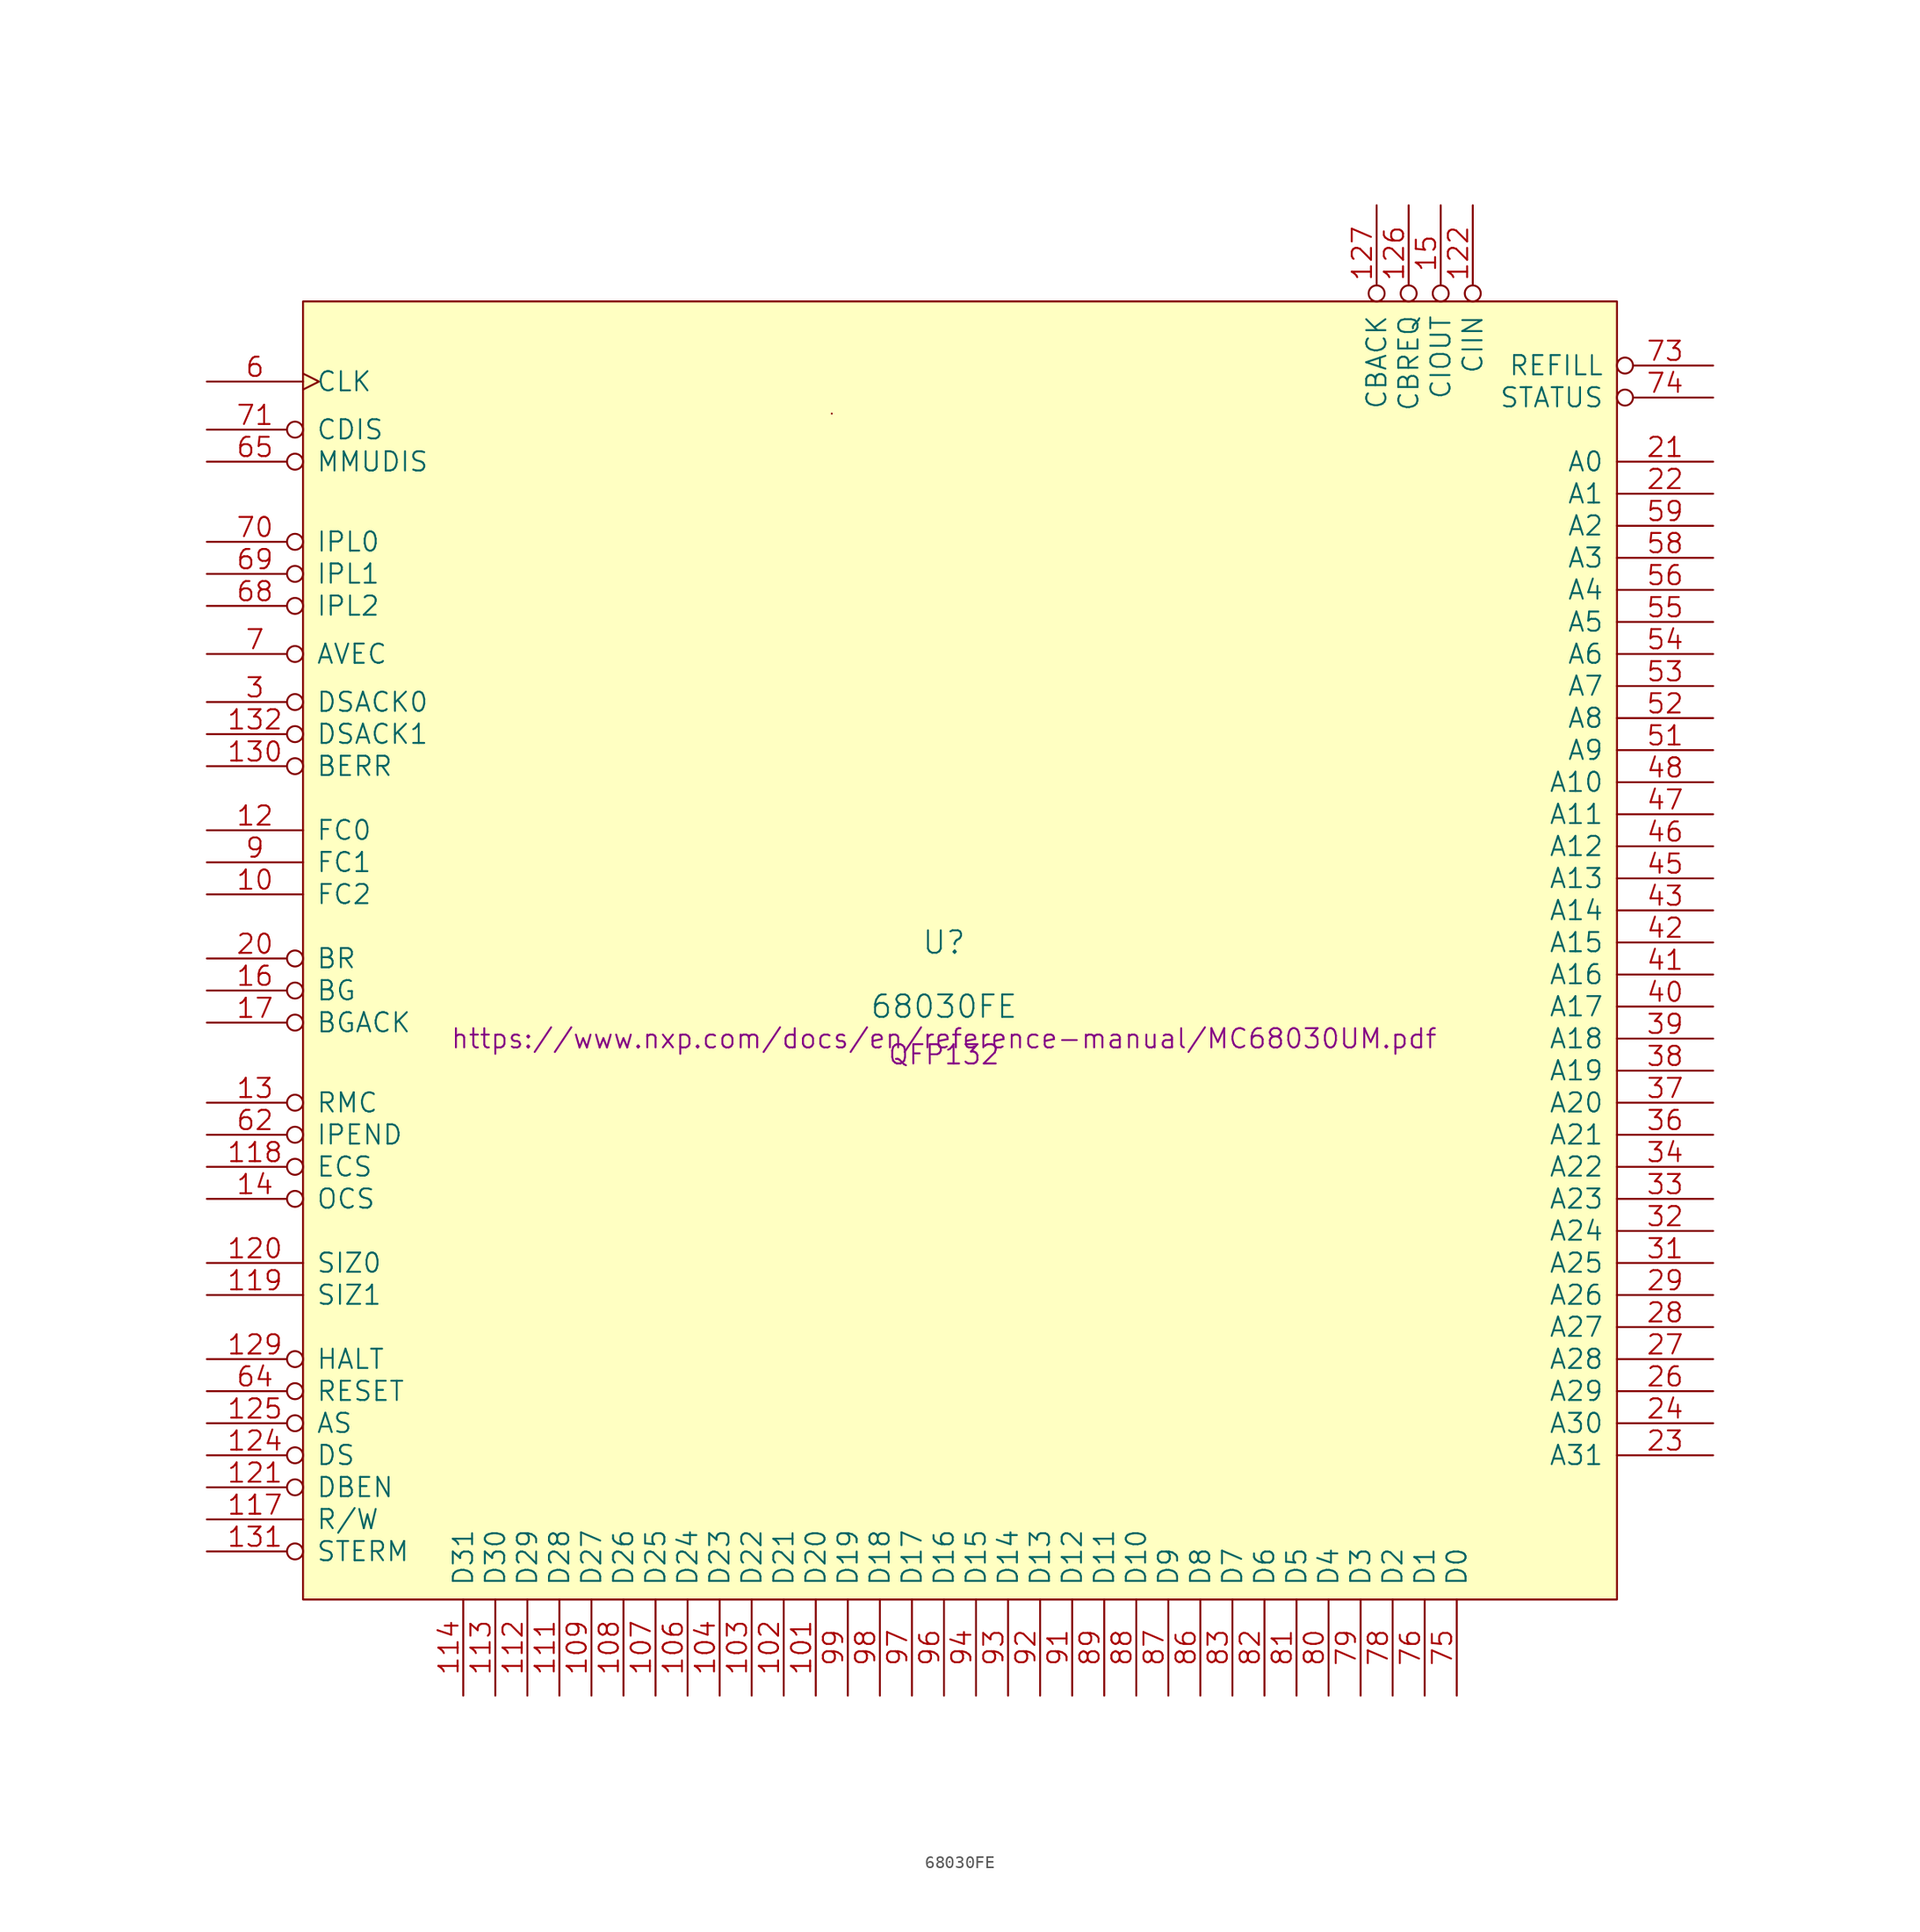
<source format=kicad_sym>
(kicad_symbol_lib
  (version 20231120)
  (generator "kicad_symbol_editor")
  (generator_version "8.0")
  (symbol "68030FE"
    (pin_names
      (offset 1.016))
    (property "Reference" "U"
      (at 0 7.62 0)
      (effects (font (size 1.778 1.778))))
    (property "Value" "68030FE"
      (at 0 2.54 0)
      (effects (font (size 1.778 1.778))))
    (property "Footprint" "QFP132"
      (at 0 -1.27 0)
      (effects (font (size 1.524 1.524))))
    (property "Datasheet" "https://www.nxp.com/docs/en/reference-manual/MC68030UM.pdf"
      (at 0 0 0)
      (effects (font (size 1.524 1.524))))
    (symbol "68030FE_0_1"
      (rectangle (start -50.8 -44.45) (end 53.34 58.42) (stroke (width 0) (type solid)) (fill (type background)))
      (rectangle (start -8.89 49.53) (end -8.89 49.53) (stroke (width 0) (type solid)) (fill (type none))))
    (symbol "68030FE_1_1"
      (pin power_in line (at -13.97 58.42 270) (length 0) hide (name "GND" (effects (font (size 1.524 1.524)))) (number "1" (effects (font (size 1.524 1.524)))))
      (pin tri_state line (at -58.42 11.43 0) (length 7.62) (name "FC2" (effects (font (size 1.524 1.524)))) (number "10" (effects (font (size 1.524 1.524)))))
      (pin power_in line (at 24.13 58.42 270) (length 0) hide (name "GND" (effects (font (size 1.524 1.524)))) (number "100" (effects (font (size 1.524 1.524)))))
      (pin tri_state line (at -10.16 -52.07 90) (length 7.62) (name "D20" (effects (font (size 1.524 1.524)))) (number "101" (effects (font (size 1.524 1.524)))))
      (pin tri_state line (at -12.7 -52.07 90) (length 7.62) (name "D21" (effects (font (size 1.524 1.524)))) (number "102" (effects (font (size 1.524 1.524)))))
      (pin tri_state line (at -15.24 -52.07 90) (length 7.62) (name "D22" (effects (font (size 1.524 1.524)))) (number "103" (effects (font (size 1.524 1.524)))))
      (pin tri_state line (at -17.78 -52.07 90) (length 7.62) (name "D23" (effects (font (size 1.524 1.524)))) (number "104" (effects (font (size 1.524 1.524)))))
      (pin power_in line (at -25.4 58.42 270) (length 0) hide (name "VCC" (effects (font (size 1.524 1.524)))) (number "105" (effects (font (size 1.524 1.524)))))
      (pin tri_state line (at -20.32 -52.07 90) (length 7.62) (name "D24" (effects (font (size 1.524 1.524)))) (number "106" (effects (font (size 1.524 1.524)))))
      (pin tri_state line (at -22.86 -52.07 90) (length 7.62) (name "D25" (effects (font (size 1.524 1.524)))) (number "107" (effects (font (size 1.524 1.524)))))
      (pin tri_state line (at -25.4 -52.07 90) (length 7.62) (name "D26" (effects (font (size 1.524 1.524)))) (number "108" (effects (font (size 1.524 1.524)))))
      (pin tri_state line (at -27.94 -52.07 90) (length 7.62) (name "D27" (effects (font (size 1.524 1.524)))) (number "109" (effects (font (size 1.524 1.524)))))
      (pin power_in line (at -6.35 58.42 270) (length 0) hide (name "GND" (effects (font (size 1.524 1.524)))) (number "11" (effects (font (size 1.524 1.524)))))
      (pin power_in line (at 26.67 58.42 270) (length 0) hide (name "GND" (effects (font (size 1.524 1.524)))) (number "110" (effects (font (size 1.524 1.524)))))
      (pin tri_state line (at -30.48 -52.07 90) (length 7.62) (name "D28" (effects (font (size 1.524 1.524)))) (number "111" (effects (font (size 1.524 1.524)))))
      (pin tri_state line (at -33.02 -52.07 90) (length 7.62) (name "D29" (effects (font (size 1.524 1.524)))) (number "112" (effects (font (size 1.524 1.524)))))
      (pin tri_state line (at -35.56 -52.07 90) (length 7.62) (name "D30" (effects (font (size 1.524 1.524)))) (number "113" (effects (font (size 1.524 1.524)))))
      (pin tri_state line (at -38.1 -52.07 90) (length 7.62) (name "D31" (effects (font (size 1.524 1.524)))) (number "114" (effects (font (size 1.524 1.524)))))
      (pin power_in line (at -22.86 58.42 270) (length 0) hide (name "VCC" (effects (font (size 1.524 1.524)))) (number "115" (effects (font (size 1.524 1.524)))))
      (pin power_in line (at -20.32 58.42 270) (length 0) hide (name "VCC" (effects (font (size 1.524 1.524)))) (number "116" (effects (font (size 1.524 1.524)))))
      (pin tri_state line (at -58.42 -38.1 0) (length 7.62) (name "R/W" (effects (font (size 1.524 1.524)))) (number "117" (effects (font (size 1.524 1.524)))))
      (pin output inverted (at -58.42 -10.16 0) (length 7.62) (name "ECS" (effects (font (size 1.524 1.524)))) (number "118" (effects (font (size 1.524 1.524)))))
      (pin tri_state line (at -58.42 -20.32 0) (length 7.62) (name "SIZ1" (effects (font (size 1.524 1.524)))) (number "119" (effects (font (size 1.524 1.524)))))
      (pin tri_state line (at -58.42 16.51 0) (length 7.62) (name "FC0" (effects (font (size 1.524 1.524)))) (number "12" (effects (font (size 1.524 1.524)))))
      (pin tri_state line (at -58.42 -17.78 0) (length 7.62) (name "SIZ0" (effects (font (size 1.524 1.524)))) (number "120" (effects (font (size 1.524 1.524)))))
      (pin tri_state inverted (at -58.42 -35.56 0) (length 7.62) (name "DBEN" (effects (font (size 1.524 1.524)))) (number "121" (effects (font (size 1.524 1.524)))))
      (pin input inverted (at 41.91 66.04 270) (length 7.62) (name "CIIN" (effects (font (size 1.524 1.524)))) (number "122" (effects (font (size 1.524 1.524)))))
      (pin power_in line (at 29.21 58.42 270) (length 0) hide (name "GND" (effects (font (size 1.524 1.524)))) (number "123" (effects (font (size 1.524 1.524)))))
      (pin tri_state inverted (at -58.42 -33.02 0) (length 7.62) (name "DS" (effects (font (size 1.524 1.524)))) (number "124" (effects (font (size 1.524 1.524)))))
      (pin tri_state inverted (at -58.42 -30.48 0) (length 7.62) (name "AS" (effects (font (size 1.524 1.524)))) (number "125" (effects (font (size 1.524 1.524)))))
      (pin output inverted (at 36.83 66.04 270) (length 7.62) (name "CBREQ" (effects (font (size 1.524 1.524)))) (number "126" (effects (font (size 1.524 1.524)))))
      (pin input inverted (at 34.29 66.04 270) (length 7.62) (name "CBACK" (effects (font (size 1.524 1.524)))) (number "127" (effects (font (size 1.524 1.524)))))
      (pin power_in line (at -17.78 58.42 270) (length 0) hide (name "VCC" (effects (font (size 1.524 1.524)))) (number "128" (effects (font (size 1.524 1.524)))))
      (pin bidirectional inverted (at -58.42 -25.4 0) (length 7.62) (name "HALT" (effects (font (size 1.524 1.524)))) (number "129" (effects (font (size 1.524 1.524)))))
      (pin output inverted (at -58.42 -5.08 0) (length 7.62) (name "RMC" (effects (font (size 1.524 1.524)))) (number "13" (effects (font (size 1.524 1.524)))))
      (pin input inverted (at -58.42 21.59 0) (length 7.62) (name "BERR" (effects (font (size 1.524 1.524)))) (number "130" (effects (font (size 1.524 1.524)))))
      (pin input inverted (at -58.42 -40.64 0) (length 7.62) (name "STERM" (effects (font (size 1.524 1.524)))) (number "131" (effects (font (size 1.524 1.524)))))
      (pin input inverted (at -58.42 24.13 0) (length 7.62) (name "DSACK1" (effects (font (size 1.524 1.524)))) (number "132" (effects (font (size 1.524 1.524)))))
      (pin tri_state inverted (at -58.42 -12.7 0) (length 7.62) (name "OCS" (effects (font (size 1.524 1.524)))) (number "14" (effects (font (size 1.524 1.524)))))
      (pin output inverted (at 39.37 66.04 270) (length 7.62) (name "CIOUT" (effects (font (size 1.524 1.524)))) (number "15" (effects (font (size 1.524 1.524)))))
      (pin output inverted (at -58.42 3.81 0) (length 7.62) (name "BG" (effects (font (size 1.524 1.524)))) (number "16" (effects (font (size 1.524 1.524)))))
      (pin input inverted (at -58.42 1.27 0) (length 7.62) (name "BGACK" (effects (font (size 1.524 1.524)))) (number "17" (effects (font (size 1.524 1.524)))))
      (pin power_in line (at -40.64 58.42 270) (length 0) hide (name "VCC" (effects (font (size 1.524 1.524)))) (number "18" (effects (font (size 1.524 1.524)))))
      (pin power_in line (at -3.81 58.42 270) (length 0) hide (name "GND" (effects (font (size 1.524 1.524)))) (number "19" (effects (font (size 1.524 1.524)))))
      (pin power_in line (at -11.43 58.42 270) (length 0) hide (name "GND" (effects (font (size 1.524 1.524)))) (number "2" (effects (font (size 1.524 1.524)))))
      (pin input inverted (at -58.42 6.35 0) (length 7.62) (name "BR" (effects (font (size 1.524 1.524)))) (number "20" (effects (font (size 1.524 1.524)))))
      (pin tri_state line (at 60.96 45.72 180) (length 7.62) (name "A0" (effects (font (size 1.524 1.524)))) (number "21" (effects (font (size 1.524 1.524)))))
      (pin tri_state line (at 60.96 43.18 180) (length 7.62) (name "A1" (effects (font (size 1.524 1.524)))) (number "22" (effects (font (size 1.524 1.524)))))
      (pin tri_state line (at 60.96 -33.02 180) (length 7.62) (name "A31" (effects (font (size 1.524 1.524)))) (number "23" (effects (font (size 1.524 1.524)))))
      (pin tri_state line (at 60.96 -30.48 180) (length 7.62) (name "A30" (effects (font (size 1.524 1.524)))) (number "24" (effects (font (size 1.524 1.524)))))
      (pin power_in line (at -1.27 58.42 270) (length 0) hide (name "GND" (effects (font (size 1.524 1.524)))) (number "25" (effects (font (size 1.524 1.524)))))
      (pin tri_state line (at 60.96 -27.94 180) (length 7.62) (name "A29" (effects (font (size 1.524 1.524)))) (number "26" (effects (font (size 1.524 1.524)))))
      (pin tri_state line (at 60.96 -25.4 180) (length 7.62) (name "A28" (effects (font (size 1.524 1.524)))) (number "27" (effects (font (size 1.524 1.524)))))
      (pin tri_state line (at 60.96 -22.86 180) (length 7.62) (name "A27" (effects (font (size 1.524 1.524)))) (number "28" (effects (font (size 1.524 1.524)))))
      (pin tri_state line (at 60.96 -20.32 180) (length 7.62) (name "A26" (effects (font (size 1.524 1.524)))) (number "29" (effects (font (size 1.524 1.524)))))
      (pin input inverted (at -58.42 26.67 0) (length 7.62) (name "DSACK0" (effects (font (size 1.524 1.524)))) (number "3" (effects (font (size 1.524 1.524)))))
      (pin power_in line (at -38.1 58.42 270) (length 0) hide (name "VCC" (effects (font (size 1.524 1.524)))) (number "30" (effects (font (size 1.524 1.524)))))
      (pin tri_state line (at 60.96 -17.78 180) (length 7.62) (name "A25" (effects (font (size 1.524 1.524)))) (number "31" (effects (font (size 1.524 1.524)))))
      (pin tri_state line (at 60.96 -15.24 180) (length 7.62) (name "A24" (effects (font (size 1.524 1.524)))) (number "32" (effects (font (size 1.524 1.524)))))
      (pin tri_state line (at 60.96 -12.7 180) (length 7.62) (name "A23" (effects (font (size 1.524 1.524)))) (number "33" (effects (font (size 1.524 1.524)))))
      (pin tri_state line (at 60.96 -10.16 180) (length 7.62) (name "A22" (effects (font (size 1.524 1.524)))) (number "34" (effects (font (size 1.524 1.524)))))
      (pin power_in line (at 1.27 58.42 270) (length 0) hide (name "GND" (effects (font (size 1.524 1.524)))) (number "35" (effects (font (size 1.524 1.524)))))
      (pin tri_state line (at 60.96 -7.62 180) (length 7.62) (name "A21" (effects (font (size 1.524 1.524)))) (number "36" (effects (font (size 1.524 1.524)))))
      (pin tri_state line (at 60.96 -5.08 180) (length 7.62) (name "A20" (effects (font (size 1.524 1.524)))) (number "37" (effects (font (size 1.524 1.524)))))
      (pin tri_state line (at 60.96 -2.54 180) (length 7.62) (name "A19" (effects (font (size 1.524 1.524)))) (number "38" (effects (font (size 1.524 1.524)))))
      (pin tri_state line (at 60.96 0 180) (length 7.62) (name "A18" (effects (font (size 1.524 1.524)))) (number "39" (effects (font (size 1.524 1.524)))))
      (pin power_in line (at -45.72 58.42 270) (length 0) hide (name "VCC" (effects (font (size 1.524 1.524)))) (number "4" (effects (font (size 1.524 1.524)))))
      (pin tri_state line (at 60.96 2.54 180) (length 7.62) (name "A17" (effects (font (size 1.524 1.524)))) (number "40" (effects (font (size 1.524 1.524)))))
      (pin tri_state line (at 60.96 5.08 180) (length 7.62) (name "A16" (effects (font (size 1.524 1.524)))) (number "41" (effects (font (size 1.524 1.524)))))
      (pin tri_state line (at 60.96 7.62 180) (length 7.62) (name "A15" (effects (font (size 1.524 1.524)))) (number "42" (effects (font (size 1.524 1.524)))))
      (pin tri_state line (at 60.96 10.16 180) (length 7.62) (name "A14" (effects (font (size 1.524 1.524)))) (number "43" (effects (font (size 1.524 1.524)))))
      (pin power_in line (at 3.81 58.42 270) (length 0) hide (name "GND" (effects (font (size 1.524 1.524)))) (number "44" (effects (font (size 1.524 1.524)))))
      (pin tri_state line (at 60.96 12.7 180) (length 7.62) (name "A13" (effects (font (size 1.524 1.524)))) (number "45" (effects (font (size 1.524 1.524)))))
      (pin tri_state line (at 60.96 15.24 180) (length 7.62) (name "A12" (effects (font (size 1.524 1.524)))) (number "46" (effects (font (size 1.524 1.524)))))
      (pin tri_state line (at 60.96 17.78 180) (length 7.62) (name "A11" (effects (font (size 1.524 1.524)))) (number "47" (effects (font (size 1.524 1.524)))))
      (pin tri_state line (at 60.96 20.32 180) (length 7.62) (name "A10" (effects (font (size 1.524 1.524)))) (number "48" (effects (font (size 1.524 1.524)))))
      (pin power_in line (at -35.56 58.42 270) (length 0) hide (name "VCC" (effects (font (size 1.524 1.524)))) (number "49" (effects (font (size 1.524 1.524)))))
      (pin power_in line (at -8.89 58.42 270) (length 0) hide (name "GND" (effects (font (size 1.524 1.524)))) (number "5" (effects (font (size 1.524 1.524)))))
      (pin no_connect line (at 53.34 -36.83 180) (length 0) hide (name "NC" (effects (font (size 1.524 1.524)))) (number "50" (effects (font (size 1.524 1.524)))))
      (pin tri_state line (at 60.96 22.86 180) (length 7.62) (name "A9" (effects (font (size 1.524 1.524)))) (number "51" (effects (font (size 1.524 1.524)))))
      (pin tri_state line (at 60.96 25.4 180) (length 7.62) (name "A8" (effects (font (size 1.524 1.524)))) (number "52" (effects (font (size 1.524 1.524)))))
      (pin tri_state line (at 60.96 27.94 180) (length 7.62) (name "A7" (effects (font (size 1.524 1.524)))) (number "53" (effects (font (size 1.524 1.524)))))
      (pin tri_state line (at 60.96 30.48 180) (length 7.62) (name "A6" (effects (font (size 1.524 1.524)))) (number "54" (effects (font (size 1.524 1.524)))))
      (pin tri_state line (at 60.96 33.02 180) (length 7.62) (name "A5" (effects (font (size 1.524 1.524)))) (number "55" (effects (font (size 1.524 1.524)))))
      (pin tri_state line (at 60.96 35.56 180) (length 7.62) (name "A4" (effects (font (size 1.524 1.524)))) (number "56" (effects (font (size 1.524 1.524)))))
      (pin power_in line (at 6.35 58.42 270) (length 0) hide (name "GND" (effects (font (size 1.524 1.524)))) (number "57" (effects (font (size 1.524 1.524)))))
      (pin tri_state line (at 60.96 38.1 180) (length 7.62) (name "A3" (effects (font (size 1.524 1.524)))) (number "58" (effects (font (size 1.524 1.524)))))
      (pin tri_state line (at 60.96 40.64 180) (length 7.62) (name "A2" (effects (font (size 1.524 1.524)))) (number "59" (effects (font (size 1.524 1.524)))))
      (pin input clock (at -58.42 52.07 0) (length 7.62) (name "CLK" (effects (font (size 1.524 1.524)))) (number "6" (effects (font (size 1.524 1.524)))))
      (pin power_in line (at 8.89 58.42 270) (length 0) hide (name "GND" (effects (font (size 1.524 1.524)))) (number "60" (effects (font (size 1.524 1.524)))))
      (pin no_connect line (at 53.34 -39.37 180) (length 0) hide (name "NC" (effects (font (size 1.524 1.524)))) (number "61" (effects (font (size 1.524 1.524)))))
      (pin output inverted (at -58.42 -7.62 0) (length 7.62) (name "IPEND" (effects (font (size 1.524 1.524)))) (number "62" (effects (font (size 1.524 1.524)))))
      (pin power_in line (at -33.02 58.42 270) (length 0) hide (name "VCC" (effects (font (size 1.524 1.524)))) (number "63" (effects (font (size 1.524 1.524)))))
      (pin bidirectional inverted (at -58.42 -27.94 0) (length 7.62) (name "RESET" (effects (font (size 1.524 1.524)))) (number "64" (effects (font (size 1.524 1.524)))))
      (pin input inverted (at -58.42 45.72 0) (length 7.62) (name "MMUDIS" (effects (font (size 1.524 1.524)))) (number "65" (effects (font (size 1.524 1.524)))))
      (pin power_in line (at 11.43 58.42 270) (length 0) hide (name "GND" (effects (font (size 1.524 1.524)))) (number "66" (effects (font (size 1.524 1.524)))))
      (pin power_in line (at 13.97 58.42 270) (length 0) hide (name "GND" (effects (font (size 1.524 1.524)))) (number "67" (effects (font (size 1.524 1.524)))))
      (pin input inverted (at -58.42 34.29 0) (length 7.62) (name "IPL2" (effects (font (size 1.524 1.524)))) (number "68" (effects (font (size 1.524 1.524)))))
      (pin input inverted (at -58.42 36.83 0) (length 7.62) (name "IPL1" (effects (font (size 1.524 1.524)))) (number "69" (effects (font (size 1.524 1.524)))))
      (pin input inverted (at -58.42 30.48 0) (length 7.62) (name "AVEC" (effects (font (size 1.524 1.524)))) (number "7" (effects (font (size 1.524 1.524)))))
      (pin input inverted (at -58.42 39.37 0) (length 7.62) (name "IPL0" (effects (font (size 1.524 1.524)))) (number "70" (effects (font (size 1.524 1.524)))))
      (pin input inverted (at -58.42 48.26 0) (length 7.62) (name "CDIS" (effects (font (size 1.524 1.524)))) (number "71" (effects (font (size 1.524 1.524)))))
      (pin power_in line (at -30.48 58.42 270) (length 0) hide (name "VCC" (effects (font (size 1.524 1.524)))) (number "72" (effects (font (size 1.524 1.524)))))
      (pin output inverted (at 60.96 53.34 180) (length 7.62) (name "REFILL" (effects (font (size 1.524 1.524)))) (number "73" (effects (font (size 1.524 1.524)))))
      (pin output inverted (at 60.96 50.8 180) (length 7.62) (name "STATUS" (effects (font (size 1.524 1.524)))) (number "74" (effects (font (size 1.524 1.524)))))
      (pin tri_state line (at 40.64 -52.07 90) (length 7.62) (name "D0" (effects (font (size 1.524 1.524)))) (number "75" (effects (font (size 1.524 1.524)))))
      (pin tri_state line (at 38.1 -52.07 90) (length 7.62) (name "D1" (effects (font (size 1.524 1.524)))) (number "76" (effects (font (size 1.524 1.524)))))
      (pin power_in line (at 16.51 58.42 270) (length 0) hide (name "GND" (effects (font (size 1.524 1.524)))) (number "77" (effects (font (size 1.524 1.524)))))
      (pin tri_state line (at 35.56 -52.07 90) (length 7.62) (name "D2" (effects (font (size 1.524 1.524)))) (number "78" (effects (font (size 1.524 1.524)))))
      (pin tri_state line (at 33.02 -52.07 90) (length 7.62) (name "D3" (effects (font (size 1.524 1.524)))) (number "79" (effects (font (size 1.524 1.524)))))
      (pin power_in line (at -43.18 58.42 270) (length 0) hide (name "VCC" (effects (font (size 1.524 1.524)))) (number "8" (effects (font (size 1.524 1.524)))))
      (pin tri_state line (at 30.48 -52.07 90) (length 7.62) (name "D4" (effects (font (size 1.524 1.524)))) (number "80" (effects (font (size 1.524 1.524)))))
      (pin tri_state line (at 27.94 -52.07 90) (length 7.62) (name "D5" (effects (font (size 1.524 1.524)))) (number "81" (effects (font (size 1.524 1.524)))))
      (pin tri_state line (at 25.4 -52.07 90) (length 7.62) (name "D6" (effects (font (size 1.524 1.524)))) (number "82" (effects (font (size 1.524 1.524)))))
      (pin tri_state line (at 22.86 -52.07 90) (length 7.62) (name "D7" (effects (font (size 1.524 1.524)))) (number "83" (effects (font (size 1.524 1.524)))))
      (pin no_connect line (at 53.34 -41.91 180) (length 0) hide (name "NC" (effects (font (size 1.524 1.524)))) (number "84" (effects (font (size 1.524 1.524)))))
      (pin power_in line (at -27.94 58.42 270) (length 0) hide (name "VCC" (effects (font (size 1.524 1.524)))) (number "85" (effects (font (size 1.524 1.524)))))
      (pin tri_state line (at 20.32 -52.07 90) (length 7.62) (name "D8" (effects (font (size 1.524 1.524)))) (number "86" (effects (font (size 1.524 1.524)))))
      (pin tri_state line (at 17.78 -52.07 90) (length 7.62) (name "D9" (effects (font (size 1.524 1.524)))) (number "87" (effects (font (size 1.524 1.524)))))
      (pin tri_state line (at 15.24 -52.07 90) (length 7.62) (name "D10" (effects (font (size 1.524 1.524)))) (number "88" (effects (font (size 1.524 1.524)))))
      (pin tri_state line (at 12.7 -52.07 90) (length 7.62) (name "D11" (effects (font (size 1.524 1.524)))) (number "89" (effects (font (size 1.524 1.524)))))
      (pin tri_state line (at -58.42 13.97 0) (length 7.62) (name "FC1" (effects (font (size 1.524 1.524)))) (number "9" (effects (font (size 1.524 1.524)))))
      (pin power_in line (at 19.05 58.42 270) (length 0) hide (name "GND" (effects (font (size 1.524 1.524)))) (number "90" (effects (font (size 1.524 1.524)))))
      (pin tri_state line (at 10.16 -52.07 90) (length 7.62) (name "D12" (effects (font (size 1.524 1.524)))) (number "91" (effects (font (size 1.524 1.524)))))
      (pin tri_state line (at 7.62 -52.07 90) (length 7.62) (name "D13" (effects (font (size 1.524 1.524)))) (number "92" (effects (font (size 1.524 1.524)))))
      (pin tri_state line (at 5.08 -52.07 90) (length 7.62) (name "D14" (effects (font (size 1.524 1.524)))) (number "93" (effects (font (size 1.524 1.524)))))
      (pin tri_state line (at 2.54 -52.07 90) (length 7.62) (name "D15" (effects (font (size 1.524 1.524)))) (number "94" (effects (font (size 1.524 1.524)))))
      (pin power_in line (at 21.59 58.42 270) (length 0) hide (name "GND" (effects (font (size 1.524 1.524)))) (number "95" (effects (font (size 1.524 1.524)))))
      (pin tri_state line (at 0 -52.07 90) (length 7.62) (name "D16" (effects (font (size 1.524 1.524)))) (number "96" (effects (font (size 1.524 1.524)))))
      (pin tri_state line (at -2.54 -52.07 90) (length 7.62) (name "D17" (effects (font (size 1.524 1.524)))) (number "97" (effects (font (size 1.524 1.524)))))
      (pin tri_state line (at -5.08 -52.07 90) (length 7.62) (name "D18" (effects (font (size 1.524 1.524)))) (number "98" (effects (font (size 1.524 1.524)))))
      (pin tri_state line (at -7.62 -52.07 90) (length 7.62) (name "D19" (effects (font (size 1.524 1.524)))) (number "99" (effects (font (size 1.524 1.524))))))))
</source>
